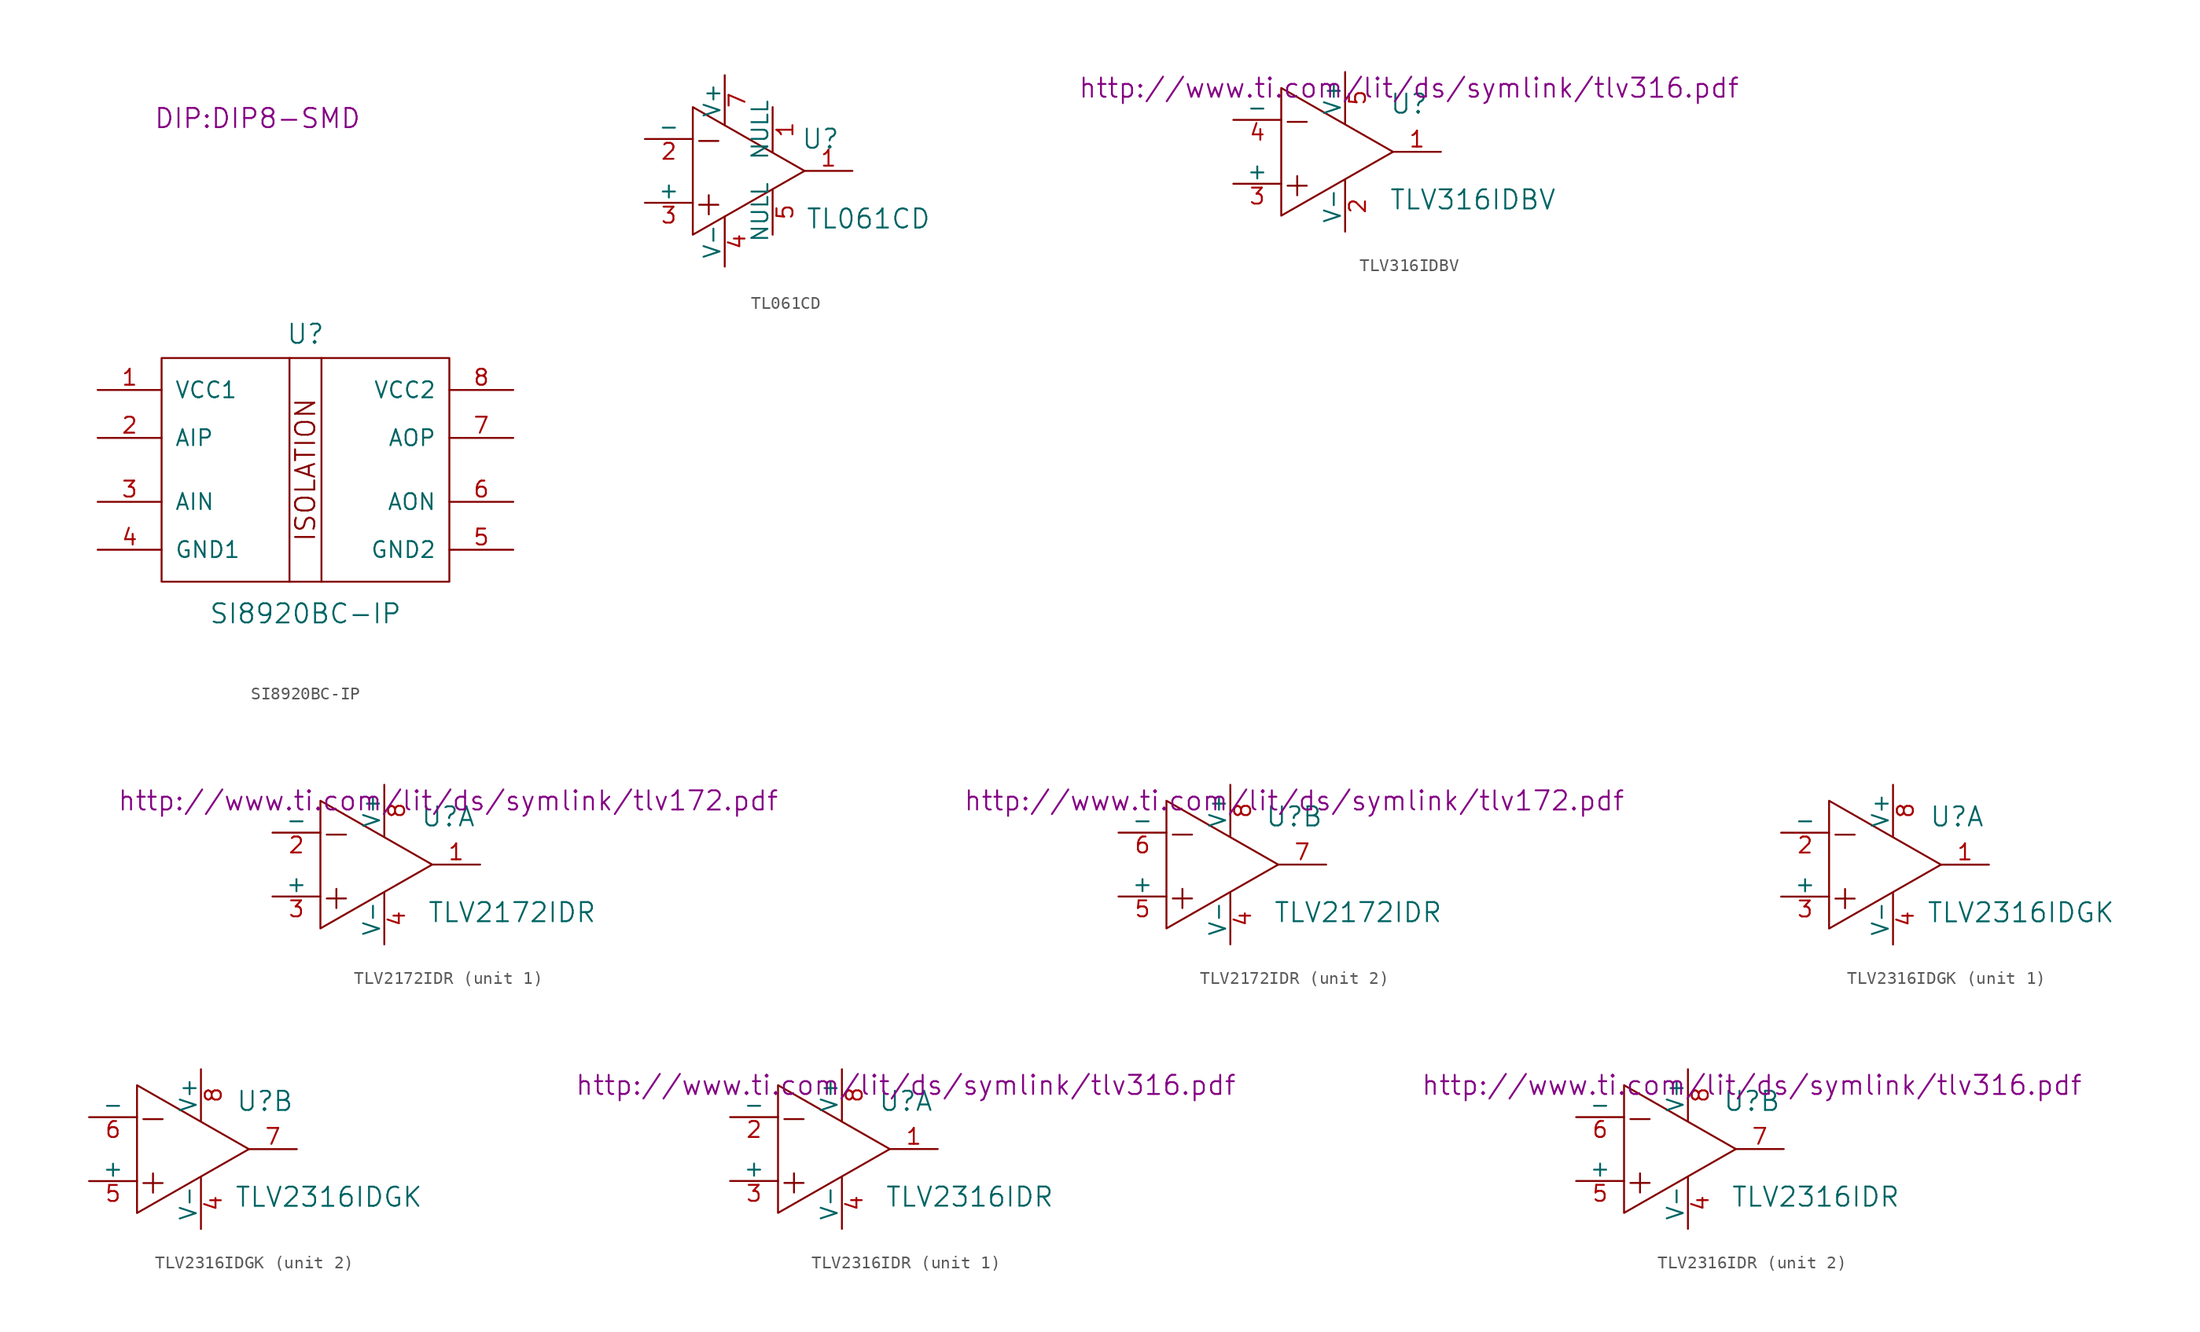
<source format=kicad_sym>
(kicad_symbol_lib
  (version 20201005)
  (generator kicad_symbol_editor)
  (symbol "SI8920BC-IP"
    (pin_names
      (offset 1.016))
    (property "Reference" "U"
      (at 0 10.795 0)
      (effects (font (size 1.524 1.524))))
    (property "Value" "SI8920BC-IP"
      (at 0 -11.43 0)
      (effects (font (size 1.524 1.524))))
    (property "Footprint" "DIP:DIP8-SMD"
      (at -3.81 27.94 0)
      (effects (font (size 1.524 1.524))))
    (symbol "SI8920BC-IP_0_0"
      (text "ISOLATION" (at 0 0 900) (effects (font (size 1.524 1.524)))))
    (symbol "SI8920BC-IP_0_1"
      (rectangle (start -11.43 8.89) (end 11.43 -8.89) (stroke (width 0)) (fill (type none)))
      (polyline (pts (xy -1.27 8.89) (xy -1.27 -8.89)) (stroke (width 0)) (fill (type none)))
      (polyline (pts (xy 1.27 8.89) (xy 1.27 -8.89)) (stroke (width 0)) (fill (type none))))
    (symbol "SI8920BC-IP_1_1"
      (pin power_in line (at -16.51 6.35 0) (length 5.08) (name "VCC1" (effects (font (size 1.27 1.27)))) (number "1" (effects (font (size 1.27 1.27)))))
      (pin input line (at -16.51 2.54 0) (length 5.08) (name "AIP" (effects (font (size 1.27 1.27)))) (number "2" (effects (font (size 1.27 1.27)))))
      (pin input line (at -16.51 -2.54 0) (length 5.08) (name "AIN" (effects (font (size 1.27 1.27)))) (number "3" (effects (font (size 1.27 1.27)))))
      (pin power_in line (at -16.51 -6.35 0) (length 5.08) (name "GND1" (effects (font (size 1.27 1.27)))) (number "4" (effects (font (size 1.27 1.27)))))
      (pin power_in line (at 16.51 -6.35 180) (length 5.08) (name "GND2" (effects (font (size 1.27 1.27)))) (number "5" (effects (font (size 1.27 1.27)))))
      (pin output line (at 16.51 -2.54 180) (length 5.08) (name "AON" (effects (font (size 1.27 1.27)))) (number "6" (effects (font (size 1.27 1.27)))))
      (pin output line (at 16.51 2.54 180) (length 5.08) (name "AOP" (effects (font (size 1.27 1.27)))) (number "7" (effects (font (size 1.27 1.27)))))
      (pin power_in line (at 16.51 6.35 180) (length 5.08) (name "VCC2" (effects (font (size 1.27 1.27)))) (number "8" (effects (font (size 1.27 1.27)))))))
  (symbol "TL061CD"
    (pin_names
      (offset 0))
    (property "Reference" "U"
      (at 5.08 2.54 0)
      (effects (font (size 1.524 1.524))))
    (property "Value" "TL061CD"
      (at 8.89 -3.81 0)
      (effects (font (size 1.524 1.524))))
    (symbol "TL061CD_0_0"
      (text "+" (at -3.81 -2.54 0) (effects (font (size 2.007 2.007))))
      (text "-" (at -3.81 2.54 0) (effects (font (size 2.007 2.007)))))
    (symbol "TL061CD_0_1"
      (polyline (pts (xy -5.08 5.08) (xy -5.08 -5.08) (xy 3.81 0) (xy -5.08 5.08)) (stroke (width 0)) (fill (type none)))
      (pin power_in line (at 1.27 5.08 270) (length 3.607) (name "NULL" (effects (font (size 1.27 1.27)))) (number "1" (effects (font (size 1.27 1.27)))))
      (pin power_in line (at -2.54 -7.62 90) (length 3.988) (name "V-" (effects (font (size 1.27 1.27)))) (number "4" (effects (font (size 1.27 1.27)))))
      (pin power_in line (at 1.27 -5.08 90) (length 3.607) (name "NULL" (effects (font (size 1.27 1.27)))) (number "5" (effects (font (size 1.27 1.27)))))
      (pin power_in line (at -2.54 7.62 270) (length 3.988) (name "V+" (effects (font (size 1.27 1.27)))) (number "7" (effects (font (size 1.27 1.27)))))
      (pin power_in line (at -1.27 6.35 270) (length 3.404) hide (name "NC" (effects (font (size 1.27 1.27)))) (number "8" (effects (font (size 1.27 1.27))))))
    (symbol "TL061CD_1_1"
      (pin output line (at 7.62 0 180) (length 3.81) (name "~" (effects (font (size 1.27 1.27)))) (number "1" (effects (font (size 1.27 1.27)))))
      (pin input line (at -8.89 2.54 0) (length 3.81) (name "-" (effects (font (size 1.27 1.27)))) (number "2" (effects (font (size 1.27 1.27)))))
      (pin input line (at -8.89 -2.54 0) (length 3.81) (name "+" (effects (font (size 1.27 1.27)))) (number "3" (effects (font (size 1.27 1.27)))))))
  (symbol "TLV316IDBV"
    (pin_names
      (offset 0))
    (property "Reference" "U"
      (at 5.08 3.81 0)
      (effects (font (size 1.524 1.524))))
    (property "Value" "TLV316IDBV"
      (at 10.16 -3.81 0)
      (effects (font (size 1.524 1.524))))
    (property "Datasheet" "http://www.ti.com/lit/ds/symlink/tlv316.pdf"
      (at 5.08 5.08 0)
      (effects (font (size 1.524 1.524))))
    (symbol "TLV316IDBV_0_0"
      (text "+" (at -3.81 -2.54 0) (effects (font (size 2.007 2.007))))
      (text "-" (at -3.81 2.54 0) (effects (font (size 2.007 2.007)))))
    (symbol "TLV316IDBV_0_1"
      (polyline (pts (xy -5.08 5.08) (xy -5.08 -5.08) (xy 3.81 0) (xy -5.08 5.08)) (stroke (width 0)) (fill (type none)))
      (pin power_in line (at 0 -6.35 90) (length 4.089) (name "V-" (effects (font (size 1.27 1.27)))) (number "2" (effects (font (size 1.27 1.27)))))
      (pin power_in line (at 0 6.35 270) (length 4.089) (name "V+" (effects (font (size 1.27 1.27)))) (number "5" (effects (font (size 1.27 1.27))))))
    (symbol "TLV316IDBV_1_1"
      (pin output line (at 7.62 0 180) (length 3.81) (name "~" (effects (font (size 1.27 1.27)))) (number "1" (effects (font (size 1.27 1.27)))))
      (pin input line (at -8.89 -2.54 0) (length 3.81) (name "+" (effects (font (size 1.27 1.27)))) (number "3" (effects (font (size 1.27 1.27)))))
      (pin input line (at -8.89 2.54 0) (length 3.81) (name "-" (effects (font (size 1.27 1.27)))) (number "4" (effects (font (size 1.27 1.27)))))))
  (symbol "TLV2172IDR"
    (pin_names
      (offset 0))
    (property "Reference" "U"
      (at 5.08 3.81 0)
      (effects (font (size 1.524 1.524))))
    (property "Value" "TLV2172IDR"
      (at 10.16 -3.81 0)
      (effects (font (size 1.524 1.524))))
    (property "Datasheet" "http://www.ti.com/lit/ds/symlink/tlv172.pdf"
      (at 5.08 5.08 0)
      (effects (font (size 1.524 1.524))))
    (symbol "TLV2172IDR_0_0"
      (text "+" (at -3.81 -2.54 0) (effects (font (size 2.007 2.007))))
      (text "-" (at -3.81 2.54 0) (effects (font (size 2.007 2.007)))))
    (symbol "TLV2172IDR_0_1"
      (polyline (pts (xy -5.08 5.08) (xy -5.08 -5.08) (xy 3.81 0) (xy -5.08 5.08)) (stroke (width 0)) (fill (type none)))
      (pin power_in line (at 0 -6.35 90) (length 4.089) (name "V-" (effects (font (size 1.27 1.27)))) (number "4" (effects (font (size 1.27 1.27)))))
      (pin power_in line (at 0 6.35 270) (length 4.089) (name "V+" (effects (font (size 1.27 1.27)))) (number "8" (effects (font (size 1.27 1.27))))))
    (symbol "TLV2172IDR_1_1"
      (pin output line (at 7.62 0 180) (length 3.81) (name "~" (effects (font (size 1.27 1.27)))) (number "1" (effects (font (size 1.27 1.27)))))
      (pin input line (at -8.89 2.54 0) (length 3.81) (name "-" (effects (font (size 1.27 1.27)))) (number "2" (effects (font (size 1.27 1.27)))))
      (pin input line (at -8.89 -2.54 0) (length 3.81) (name "+" (effects (font (size 1.27 1.27)))) (number "3" (effects (font (size 1.27 1.27))))))
    (symbol "TLV2172IDR_2_1"
      (pin input line (at -8.89 -2.54 0) (length 3.81) (name "+" (effects (font (size 1.27 1.27)))) (number "5" (effects (font (size 1.27 1.27)))))
      (pin input line (at -8.89 2.54 0) (length 3.81) (name "-" (effects (font (size 1.27 1.27)))) (number "6" (effects (font (size 1.27 1.27)))))
      (pin output line (at 7.62 0 180) (length 3.81) (name "~" (effects (font (size 1.27 1.27)))) (number "7" (effects (font (size 1.27 1.27)))))))
  (symbol "TLV2316IDGK"
    (pin_names
      (offset 0))
    (property "Reference" "U"
      (at 5.08 3.81 0)
      (effects (font (size 1.524 1.524))))
    (property "Value" "TLV2316IDGK"
      (at 10.16 -3.81 0)
      (effects (font (size 1.524 1.524))))
    (symbol "TLV2316IDGK_0_0"
      (text "+" (at -3.81 -2.54 0) (effects (font (size 2.007 2.007))))
      (text "-" (at -3.81 2.54 0) (effects (font (size 2.007 2.007)))))
    (symbol "TLV2316IDGK_0_1"
      (polyline (pts (xy -5.08 5.08) (xy -5.08 -5.08) (xy 3.81 0) (xy -5.08 5.08)) (stroke (width 0)) (fill (type none)))
      (pin power_in line (at 0 -6.35 90) (length 4.089) (name "V-" (effects (font (size 1.27 1.27)))) (number "4" (effects (font (size 1.27 1.27)))))
      (pin power_in line (at 0 6.35 270) (length 4.089) (name "V+" (effects (font (size 1.27 1.27)))) (number "8" (effects (font (size 1.27 1.27))))))
    (symbol "TLV2316IDGK_1_1"
      (pin output line (at 7.62 0 180) (length 3.81) (name "~" (effects (font (size 1.27 1.27)))) (number "1" (effects (font (size 1.27 1.27)))))
      (pin input line (at -8.89 2.54 0) (length 3.81) (name "-" (effects (font (size 1.27 1.27)))) (number "2" (effects (font (size 1.27 1.27)))))
      (pin input line (at -8.89 -2.54 0) (length 3.81) (name "+" (effects (font (size 1.27 1.27)))) (number "3" (effects (font (size 1.27 1.27))))))
    (symbol "TLV2316IDGK_2_1"
      (pin input line (at -8.89 -2.54 0) (length 3.81) (name "+" (effects (font (size 1.27 1.27)))) (number "5" (effects (font (size 1.27 1.27)))))
      (pin input line (at -8.89 2.54 0) (length 3.81) (name "-" (effects (font (size 1.27 1.27)))) (number "6" (effects (font (size 1.27 1.27)))))
      (pin output line (at 7.62 0 180) (length 3.81) (name "~" (effects (font (size 1.27 1.27)))) (number "7" (effects (font (size 1.27 1.27)))))))
  (symbol "TLV2316IDR"
    (pin_names
      (offset 0))
    (property "Reference" "U"
      (at 5.08 3.81 0)
      (effects (font (size 1.524 1.524))))
    (property "Value" "TLV2316IDR"
      (at 10.16 -3.81 0)
      (effects (font (size 1.524 1.524))))
    (property "Datasheet" "http://www.ti.com/lit/ds/symlink/tlv316.pdf"
      (at 5.08 5.08 0)
      (effects (font (size 1.524 1.524))))
    (symbol "TLV2316IDR_0_0"
      (text "+" (at -3.81 -2.54 0) (effects (font (size 2.007 2.007))))
      (text "-" (at -3.81 2.54 0) (effects (font (size 2.007 2.007)))))
    (symbol "TLV2316IDR_0_1"
      (polyline (pts (xy -5.08 5.08) (xy -5.08 -5.08) (xy 3.81 0) (xy -5.08 5.08)) (stroke (width 0)) (fill (type none)))
      (pin power_in line (at 0 -6.35 90) (length 4.089) (name "V-" (effects (font (size 1.27 1.27)))) (number "4" (effects (font (size 1.27 1.27)))))
      (pin power_in line (at 0 6.35 270) (length 4.089) (name "V+" (effects (font (size 1.27 1.27)))) (number "8" (effects (font (size 1.27 1.27))))))
    (symbol "TLV2316IDR_1_1"
      (pin output line (at 7.62 0 180) (length 3.81) (name "~" (effects (font (size 1.27 1.27)))) (number "1" (effects (font (size 1.27 1.27)))))
      (pin input line (at -8.89 2.54 0) (length 3.81) (name "-" (effects (font (size 1.27 1.27)))) (number "2" (effects (font (size 1.27 1.27)))))
      (pin input line (at -8.89 -2.54 0) (length 3.81) (name "+" (effects (font (size 1.27 1.27)))) (number "3" (effects (font (size 1.27 1.27))))))
    (symbol "TLV2316IDR_2_1"
      (pin input line (at -8.89 -2.54 0) (length 3.81) (name "+" (effects (font (size 1.27 1.27)))) (number "5" (effects (font (size 1.27 1.27)))))
      (pin input line (at -8.89 2.54 0) (length 3.81) (name "-" (effects (font (size 1.27 1.27)))) (number "6" (effects (font (size 1.27 1.27)))))
      (pin output line (at 7.62 0 180) (length 3.81) (name "~" (effects (font (size 1.27 1.27)))) (number "7" (effects (font (size 1.27 1.27))))))))
</source>
